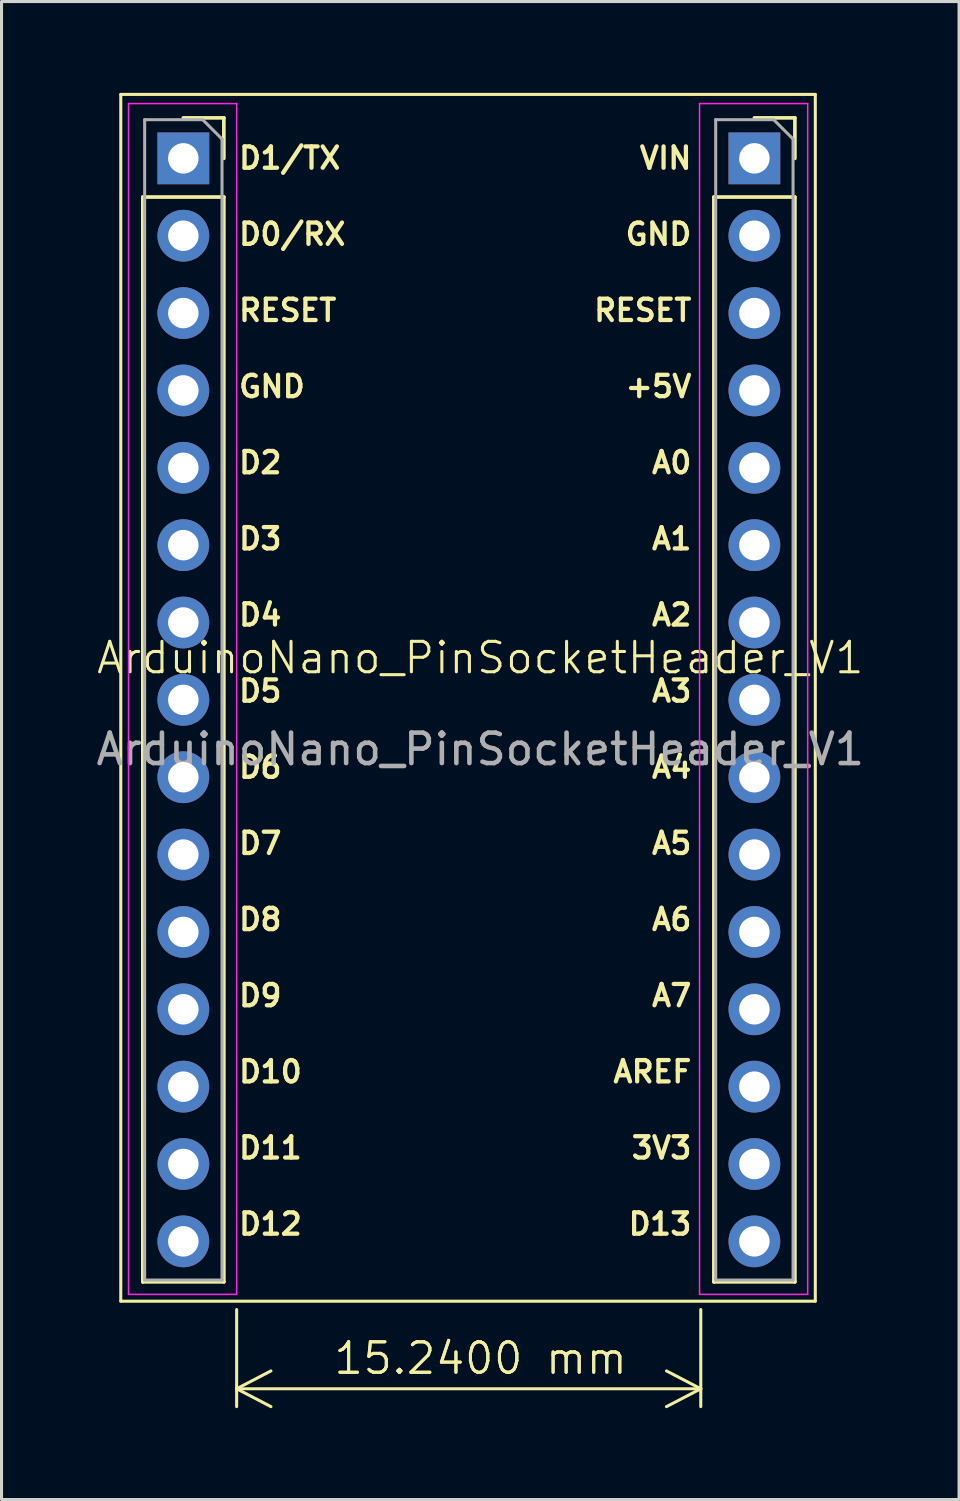
<source format=kicad_pcb>
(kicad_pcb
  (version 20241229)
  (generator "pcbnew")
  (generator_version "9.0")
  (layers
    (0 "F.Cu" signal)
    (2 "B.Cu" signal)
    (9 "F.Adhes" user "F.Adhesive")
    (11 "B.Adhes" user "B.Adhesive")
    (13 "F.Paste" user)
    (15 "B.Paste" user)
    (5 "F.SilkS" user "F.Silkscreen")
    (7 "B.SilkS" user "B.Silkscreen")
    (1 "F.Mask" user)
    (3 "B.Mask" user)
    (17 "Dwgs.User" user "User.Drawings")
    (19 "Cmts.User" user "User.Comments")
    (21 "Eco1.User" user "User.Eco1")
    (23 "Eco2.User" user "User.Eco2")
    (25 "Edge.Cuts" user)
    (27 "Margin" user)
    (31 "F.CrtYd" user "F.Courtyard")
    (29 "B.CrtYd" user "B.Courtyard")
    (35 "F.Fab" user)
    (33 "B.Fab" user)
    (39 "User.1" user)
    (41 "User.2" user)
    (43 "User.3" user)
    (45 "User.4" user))
  (footprint "ArduinoNano_PinSocketHeader_V1"
    (layer "F.Cu")
    (at 12.73 17.55)
    (property "Reference" "ArduinoNano_PinSocketHeader_V1" (at -0.01 1 0) (unlocked yes) (layer "F.SilkS") (effects (font (size 1 1) (thickness 0.1))))
    (attr through_hole)
    (fp_line (start -11.814 -17.5) (end 10.99 -17.5) (stroke (width 0.1) (type default)) (layer "F.SilkS"))
    (fp_line (start -11.814 22.124) (end -11.814 -17.5) (stroke (width 0.1) (type default)) (layer "F.SilkS"))
    (fp_line (start -11.09 -14.13) (end -11.09 21.49) (stroke (width 0.12) (type solid)) (layer "F.SilkS"))
    (fp_line (start -11.09 -14.13) (end -8.43 -14.13) (stroke (width 0.12) (type solid)) (layer "F.SilkS"))
    (fp_line (start -11.09 21.49) (end -8.43 21.49) (stroke (width 0.12) (type solid)) (layer "F.SilkS"))
    (fp_line (start -9.76 -16.73) (end -8.43 -16.73) (stroke (width 0.12) (type solid)) (layer "F.SilkS"))
    (fp_line (start -8.43 -16.73) (end -8.43 -15.4) (stroke (width 0.12) (type solid)) (layer "F.SilkS"))
    (fp_line (start -8.43 -14.13) (end -8.43 21.49) (stroke (width 0.12) (type solid)) (layer "F.SilkS"))
    (fp_line (start 7.66 -14.13) (end 7.66 21.49) (stroke (width 0.12) (type solid)) (layer "F.SilkS"))
    (fp_line (start 7.66 -14.13) (end 10.32 -14.13) (stroke (width 0.12) (type solid)) (layer "F.SilkS"))
    (fp_line (start 7.66 21.49) (end 10.32 21.49) (stroke (width 0.12) (type solid)) (layer "F.SilkS"))
    (fp_line (start 8.99 -16.73) (end 10.32 -16.73) (stroke (width 0.12) (type solid)) (layer "F.SilkS"))
    (fp_line (start 10.32 -16.73) (end 10.32 -15.4) (stroke (width 0.12) (type solid)) (layer "F.SilkS"))
    (fp_line (start 10.32 -14.13) (end 10.32 21.49) (stroke (width 0.12) (type solid)) (layer "F.SilkS"))
    (fp_line (start 10.99 -17.5) (end 10.99 22.124) (stroke (width 0.1) (type default)) (layer "F.SilkS"))
    (fp_line (start 10.99 22.124) (end -11.814 22.124) (stroke (width 0.1) (type default)) (layer "F.SilkS"))
    (fp_line (start -11.56 -17.2) (end -8.01 -17.2) (stroke (width 0.05) (type solid)) (layer "F.CrtYd"))
    (fp_line (start -11.56 21.9) (end -11.56 -17.2) (stroke (width 0.05) (type solid)) (layer "F.CrtYd"))
    (fp_line (start -8.01 -17.2) (end -8.01 21.9) (stroke (width 0.05) (type solid)) (layer "F.CrtYd"))
    (fp_line (start -8.01 21.9) (end -11.56 21.9) (stroke (width 0.05) (type solid)) (layer "F.CrtYd"))
    (fp_line (start 7.19 -17.2) (end 10.74 -17.2) (stroke (width 0.05) (type solid)) (layer "F.CrtYd"))
    (fp_line (start 7.19 21.9) (end 7.19 -17.2) (stroke (width 0.05) (type solid)) (layer "F.CrtYd"))
    (fp_line (start 10.74 -17.2) (end 10.74 21.9) (stroke (width 0.05) (type solid)) (layer "F.CrtYd"))
    (fp_line (start 10.74 21.9) (end 7.19 21.9) (stroke (width 0.05) (type solid)) (layer "F.CrtYd"))
    (fp_line (start -11.03 -16.67) (end -9.125 -16.67) (stroke (width 0.1) (type solid)) (layer "F.Fab"))
    (fp_line (start -11.03 21.43) (end -11.03 -16.67) (stroke (width 0.1) (type solid)) (layer "F.Fab"))
    (fp_line (start -9.125 -16.67) (end -8.49 -16.035) (stroke (width 0.1) (type solid)) (layer "F.Fab"))
    (fp_line (start -8.49 -16.035) (end -8.49 21.43) (stroke (width 0.1) (type solid)) (layer "F.Fab"))
    (fp_line (start -8.49 21.43) (end -11.03 21.43) (stroke (width 0.1) (type solid)) (layer "F.Fab"))
    (fp_line (start 7.72 -16.67) (end 9.625 -16.67) (stroke (width 0.1) (type solid)) (layer "F.Fab"))
    (fp_line (start 7.72 21.43) (end 7.72 -16.67) (stroke (width 0.1) (type solid)) (layer "F.Fab"))
    (fp_line (start 9.625 -16.67) (end 10.26 -16.035) (stroke (width 0.1) (type solid)) (layer "F.Fab"))
    (fp_line (start 10.26 -16.035) (end 10.26 21.43) (stroke (width 0.1) (type solid)) (layer "F.Fab"))
    (fp_line (start 10.26 21.43) (end 7.72 21.43) (stroke (width 0.1) (type solid)) (layer "F.Fab"))
    (fp_text user "GND" (at -8.01 -7.5 0) (unlocked yes) (layer "F.SilkS") (effects (font (size 0.7 0.7) (thickness 0.14) (bold yes)) (justify left bottom)))
    (fp_text user "D1/TX" (at -8.01 -15 0) (unlocked yes) (layer "F.SilkS") (effects (font (size 0.7 0.7) (thickness 0.14) (bold yes)) (justify left bottom)))
    (fp_text user "A2" (at 7 0 0) (unlocked yes) (layer "F.SilkS") (effects (font (size 0.7 0.7) (thickness 0.14) (bold yes)) (justify right bottom)))
    (fp_text user "RESET" (at -8.01 -10 0) (unlocked yes) (layer "F.SilkS") (effects (font (size 0.7 0.7) (thickness 0.14) (bold yes)) (justify left bottom)))
    (fp_text user "D6" (at -8.01 5 0) (unlocked yes) (layer "F.SilkS") (effects (font (size 0.7 0.7) (thickness 0.14) (bold yes)) (justify left bottom)))
    (fp_text user "D10" (at -8.01 15 0) (unlocked yes) (layer "F.SilkS") (effects (font (size 0.7 0.7) (thickness 0.14) (bold yes)) (justify left bottom)))
    (fp_text user "A4" (at 7 5 0) (unlocked yes) (layer "F.SilkS") (effects (font (size 0.7 0.7) (thickness 0.14) (bold yes)) (justify right bottom)))
    (fp_text user "D11" (at -8.01 17.5 0) (unlocked yes) (layer "F.SilkS") (effects (font (size 0.7 0.7) (thickness 0.14) (bold yes)) (justify left bottom)))
    (fp_text user "D7" (at -8.01 7.5 0) (unlocked yes) (layer "F.SilkS") (effects (font (size 0.7 0.7) (thickness 0.14) (bold yes)) (justify left bottom)))
    (fp_text user "D13" (at 7 20 0) (unlocked yes) (layer "F.SilkS") (effects (font (size 0.7 0.7) (thickness 0.14) (bold yes)) (justify right bottom)))
    (fp_text user "D3" (at -8.01 -2.5 0) (unlocked yes) (layer "F.SilkS") (effects (font (size 0.7 0.7) (thickness 0.14) (bold yes)) (justify left bottom)))
    (fp_text user "3V3" (at 7 17.5 0) (unlocked yes) (layer "F.SilkS") (effects (font (size 0.7 0.7) (thickness 0.14) (bold yes)) (justify right bottom)))
    (fp_text user "D8" (at -8.01 10 0) (unlocked yes) (layer "F.SilkS") (effects (font (size 0.7 0.7) (thickness 0.14) (bold yes)) (justify left bottom)))
    (fp_text user "D2" (at -8.01 -5 0) (unlocked yes) (layer "F.SilkS") (effects (font (size 0.7 0.7) (thickness 0.14) (bold yes)) (justify left bottom)))
    (fp_text user "D4" (at -8.01 0 0) (unlocked yes) (layer "F.SilkS") (effects (font (size 0.7 0.7) (thickness 0.14) (bold yes)) (justify left bottom)))
    (fp_text user "RESET" (at 7 -10 0) (unlocked yes) (layer "F.SilkS") (effects (font (size 0.7 0.7) (thickness 0.14) (bold yes)) (justify right bottom)))
    (fp_text user "A5" (at 7 7.5 0) (unlocked yes) (layer "F.SilkS") (effects (font (size 0.7 0.7) (thickness 0.14) (bold yes)) (justify right bottom)))
    (fp_text user "GND" (at 7 -12.5 0) (unlocked yes) (layer "F.SilkS") (effects (font (size 0.7 0.7) (thickness 0.14) (bold yes)) (justify right bottom)))
    (fp_text user "A7" (at 7 12.5 0) (unlocked yes) (layer "F.SilkS") (effects (font (size 0.7 0.7) (thickness 0.14) (bold yes)) (justify right bottom)))
    (fp_text user "D9" (at -8.01 12.5 0) (unlocked yes) (layer "F.SilkS") (effects (font (size 0.7 0.7) (thickness 0.14) (bold yes)) (justify left bottom)))
    (fp_text user "D0/RX" (at -8.01 -12.5 0) (unlocked yes) (layer "F.SilkS") (effects (font (size 0.7 0.7) (thickness 0.14) (bold yes)) (justify left bottom)))
    (fp_text user "+5V" (at 7 -7.5 0) (unlocked yes) (layer "F.SilkS") (effects (font (size 0.7 0.7) (thickness 0.14) (bold yes)) (justify right bottom)))
    (fp_text user "A0" (at 7 -5 0) (unlocked yes) (layer "F.SilkS") (effects (font (size 0.7 0.7) (thickness 0.14) (bold yes)) (justify right bottom)))
    (fp_text user "A6" (at 7 10 0) (unlocked yes) (layer "F.SilkS") (effects (font (size 0.7 0.7) (thickness 0.14) (bold yes)) (justify right bottom)))
    (fp_text user "D12" (at -8.01 20 0) (unlocked yes) (layer "F.SilkS") (effects (font (size 0.7 0.7) (thickness 0.14) (bold yes)) (justify left bottom)))
    (fp_text user "VIN" (at 7 -15 0) (unlocked yes) (layer "F.SilkS") (effects (font (size 0.7 0.7) (thickness 0.14) (bold yes)) (justify right bottom)))
    (fp_text user "AREF" (at 7 15 0) (unlocked yes) (layer "F.SilkS") (effects (font (size 0.7 0.7) (thickness 0.14) (bold yes)) (justify right bottom)))
    (fp_text user "D5" (at -8.01 2.5 0) (unlocked yes) (layer "F.SilkS") (effects (font (size 0.7 0.7) (thickness 0.14) (bold yes)) (justify left bottom)))
    (fp_text user "A3" (at 7 2.5 0) (unlocked yes) (layer "F.SilkS") (effects (font (size 0.7 0.7) (thickness 0.14) (bold yes)) (justify right bottom)))
    (fp_text user "A1" (at 7 -2.5 0) (unlocked yes) (layer "F.SilkS") (effects (font (size 0.7 0.7) (thickness 0.14) (bold yes)) (justify right bottom)))
    (fp_text user "${REFERENCE}" (at -0.01 4 0) (unlocked yes) (layer "F.Fab") (effects (font (size 1 1) (thickness 0.15))))
    (dimension (type aligned) (layer "F.SilkS") (pts (xy 4.72 39.45) (xy 19.96 39.45)) (height 3.1) (format (prefix "") (suffix "") (units 3) (units_format 1) (precision 4)) (style (thickness 0.1) (arrow_length 1.27) (text_position_mode 2) (arrow_direction outward) (extension_height 0.586) (extension_offset 0.5) (keep_text_aligned yes)) (gr_text "15.2400 mm" (at 12.73 41.55 0) (layer "F.SilkS") (effects (font (size 1 1) (thickness 0.1)))))
    (pad "1" thru_hole rect (at -9.76 -15.4) (size 1.7 1.7) (drill 1) (layers "*.Cu" "*.Mask"))
    (pad "2" thru_hole oval (at -9.76 -12.86) (size 1.7 1.7) (drill 1) (layers "*.Cu" "*.Mask"))
    (pad "3" thru_hole oval (at -9.76 -10.32) (size 1.7 1.7) (drill 1) (layers "*.Cu" "*.Mask"))
    (pad "4" thru_hole oval (at -9.76 -7.78) (size 1.7 1.7) (drill 1) (layers "*.Cu" "*.Mask"))
    (pad "5" thru_hole oval (at -9.76 -5.24) (size 1.7 1.7) (drill 1) (layers "*.Cu" "*.Mask"))
    (pad "6" thru_hole oval (at -9.76 -2.7) (size 1.7 1.7) (drill 1) (layers "*.Cu" "*.Mask"))
    (pad "7" thru_hole oval (at -9.76 -0.16) (size 1.7 1.7) (drill 1) (layers "*.Cu" "*.Mask"))
    (pad "8" thru_hole oval (at -9.76 2.38) (size 1.7 1.7) (drill 1) (layers "*.Cu" "*.Mask"))
    (pad "9" thru_hole oval (at -9.76 4.92) (size 1.7 1.7) (drill 1) (layers "*.Cu" "*.Mask"))
    (pad "10" thru_hole oval (at -9.76 7.46) (size 1.7 1.7) (drill 1) (layers "*.Cu" "*.Mask"))
    (pad "11" thru_hole oval (at -9.76 10) (size 1.7 1.7) (drill 1) (layers "*.Cu" "*.Mask"))
    (pad "12" thru_hole oval (at -9.76 12.54) (size 1.7 1.7) (drill 1) (layers "*.Cu" "*.Mask"))
    (pad "13" thru_hole oval (at -9.76 15.08) (size 1.7 1.7) (drill 1) (layers "*.Cu" "*.Mask"))
    (pad "14" thru_hole oval (at -9.76 17.62) (size 1.7 1.7) (drill 1) (layers "*.Cu" "*.Mask"))
    (pad "15" thru_hole oval (at -9.76 20.16) (size 1.7 1.7) (drill 1) (layers "*.Cu" "*.Mask"))
    (pad "16" thru_hole oval (at 8.99 20.16) (size 1.7 1.7) (drill 1) (layers "*.Cu" "*.Mask"))
    (pad "17" thru_hole oval (at 8.99 17.62) (size 1.7 1.7) (drill 1) (layers "*.Cu" "*.Mask"))
    (pad "18" thru_hole oval (at 8.99 15.08) (size 1.7 1.7) (drill 1) (layers "*.Cu" "*.Mask"))
    (pad "19" thru_hole oval (at 8.99 12.54) (size 1.7 1.7) (drill 1) (layers "*.Cu" "*.Mask"))
    (pad "20" thru_hole oval (at 8.99 10) (size 1.7 1.7) (drill 1) (layers "*.Cu" "*.Mask"))
    (pad "21" thru_hole oval (at 8.99 7.46) (size 1.7 1.7) (drill 1) (layers "*.Cu" "*.Mask"))
    (pad "22" thru_hole oval (at 8.99 4.92) (size 1.7 1.7) (drill 1) (layers "*.Cu" "*.Mask"))
    (pad "23" thru_hole oval (at 8.99 2.38) (size 1.7 1.7) (drill 1) (layers "*.Cu" "*.Mask"))
    (pad "24" thru_hole oval (at 8.99 -0.16) (size 1.7 1.7) (drill 1) (layers "*.Cu" "*.Mask"))
    (pad "25" thru_hole oval (at 8.99 -2.7) (size 1.7 1.7) (drill 1) (layers "*.Cu" "*.Mask"))
    (pad "26" thru_hole oval (at 8.99 -5.24) (size 1.7 1.7) (drill 1) (layers "*.Cu" "*.Mask"))
    (pad "27" thru_hole oval (at 8.99 -7.78) (size 1.7 1.7) (drill 1) (layers "*.Cu" "*.Mask"))
    (pad "28" thru_hole oval (at 8.99 -10.32) (size 1.7 1.7) (drill 1) (layers "*.Cu" "*.Mask"))
    (pad "29" thru_hole oval (at 8.99 -12.86) (size 1.7 1.7) (drill 1) (layers "*.Cu" "*.Mask"))
    (pad "30" thru_hole rect (at 8.99 -15.4) (size 1.7 1.7) (drill 1) (layers "*.Cu" "*.Mask"))
    (zone (net_name "") (layer "F.SilkS") (hatch edge 0.5) (connect_pads) (min_thickness 0.25) (filled_areas_thickness no) (keepout (tracks allowed) (vias allowed) (pads not_allowed) (copperpour allowed) (footprints not_allowed)) (placement (enabled no)) (fill) (polygon (pts (xy 0.916 0.05) (xy 23.72 0.05) (xy 23.72 39.674) (xy 0.916 39.674)))))
  (gr_rect
    (start -3 -3)
    (end 28.44 46.186)
    (stroke (width 0.1) (type default))
    (fill no)
    (layer "Edge.Cuts")))
</source>
